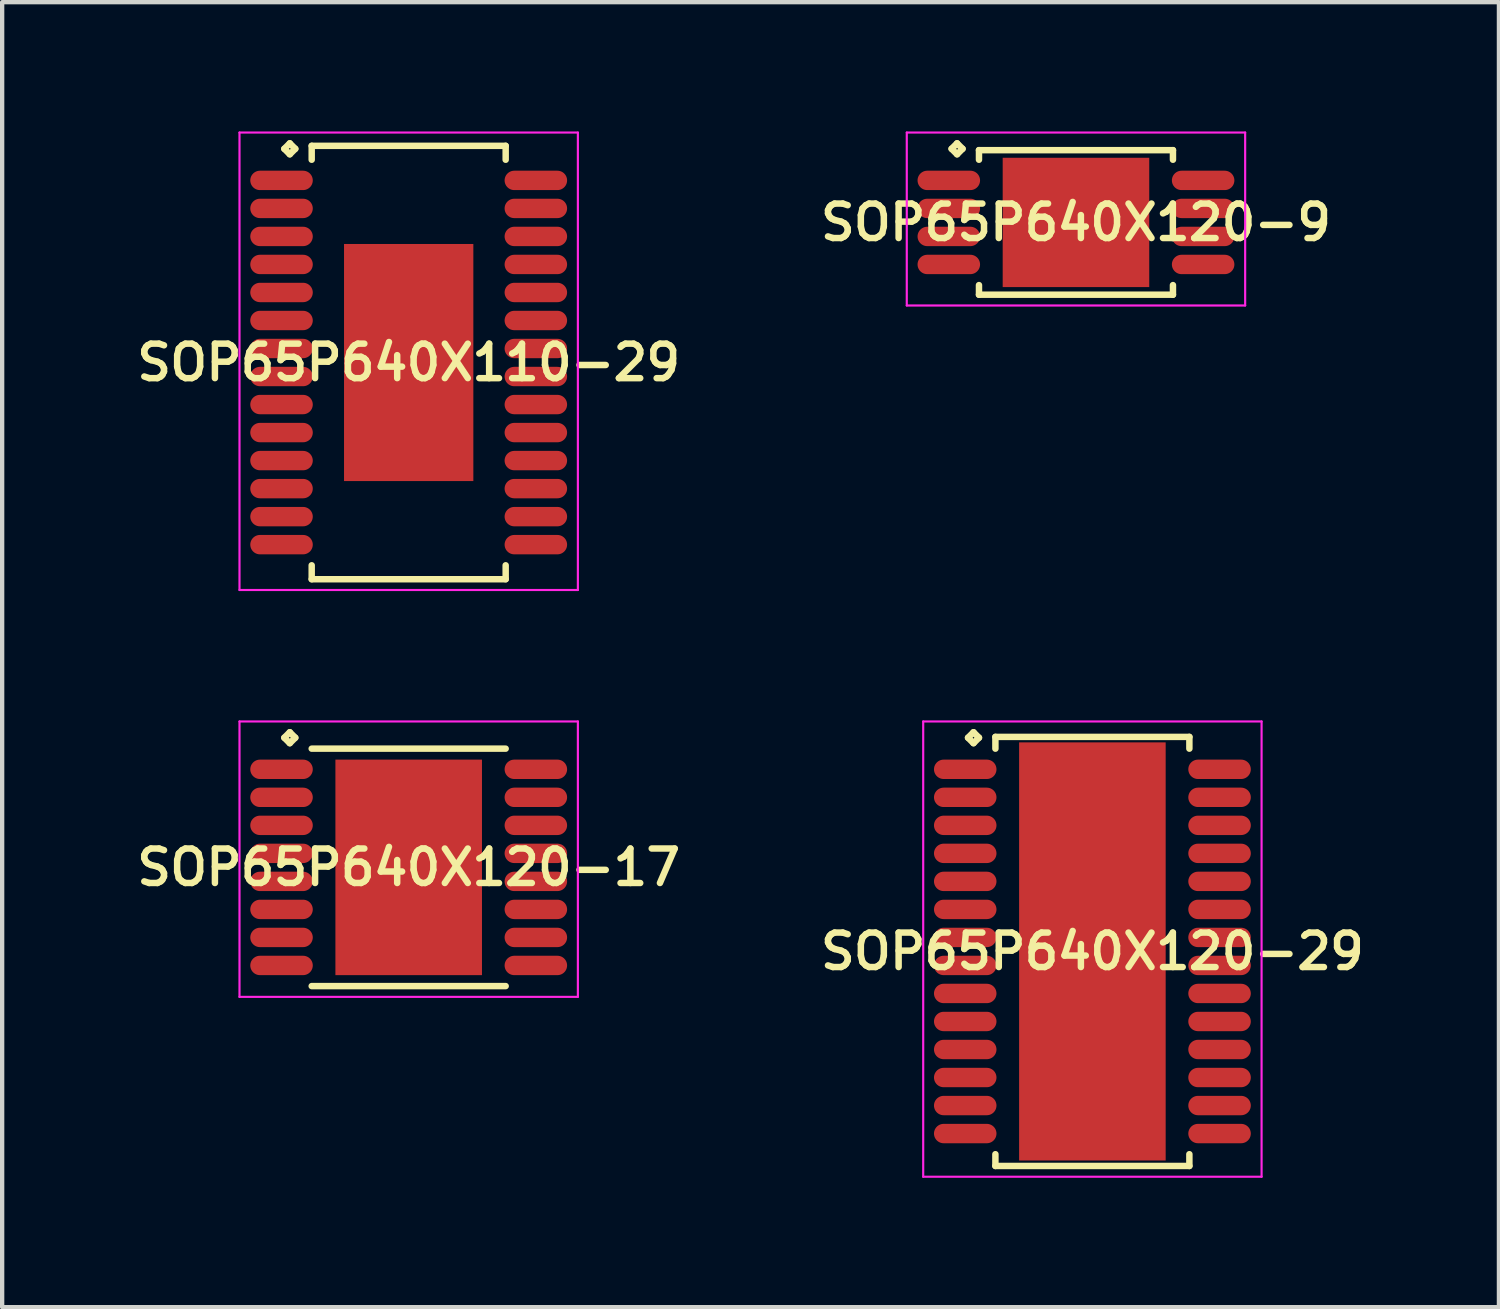
<source format=kicad_pcb>
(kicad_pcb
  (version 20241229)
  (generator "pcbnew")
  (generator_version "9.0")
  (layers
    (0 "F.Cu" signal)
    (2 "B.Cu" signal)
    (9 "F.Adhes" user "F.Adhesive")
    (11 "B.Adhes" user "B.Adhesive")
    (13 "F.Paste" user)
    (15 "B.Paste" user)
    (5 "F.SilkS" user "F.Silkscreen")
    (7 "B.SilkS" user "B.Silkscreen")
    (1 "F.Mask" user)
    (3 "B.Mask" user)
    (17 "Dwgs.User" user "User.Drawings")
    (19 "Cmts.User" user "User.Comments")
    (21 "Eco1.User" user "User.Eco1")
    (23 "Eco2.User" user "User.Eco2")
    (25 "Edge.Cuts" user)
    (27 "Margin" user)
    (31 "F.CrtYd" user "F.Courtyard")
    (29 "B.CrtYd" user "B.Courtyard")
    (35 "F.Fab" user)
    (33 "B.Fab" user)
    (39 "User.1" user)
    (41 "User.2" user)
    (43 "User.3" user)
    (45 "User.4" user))
  (footprint "SOP65P640X120-17"
    (layer "F.Cu")
    (at 6.431 17.072)
    (property "Reference" "SOP65P640X120-17" (at 0 0 0) (layer "F.SilkS") (effects (font (size 0.8 0.8) (thickness 0.15))))
    (attr smd)
    (fp_line (start -2.885 -3.008) (end -2.758 -3.135) (stroke (width 0.15) (type solid)) (layer "F.SilkS"))
    (fp_line (start -2.758 -3.135) (end -2.631 -3.008) (stroke (width 0.15) (type solid)) (layer "F.SilkS"))
    (fp_line (start -2.758 -2.881) (end -2.885 -3.008) (stroke (width 0.15) (type solid)) (layer "F.SilkS"))
    (fp_line (start -2.631 -3.008) (end -2.758 -2.881) (stroke (width 0.15) (type solid)) (layer "F.SilkS"))
    (fp_line (start -2.25 -2.754) (end 2.25 -2.754) (stroke (width 0.15) (type solid)) (layer "F.SilkS"))
    (fp_line (start -2.25 2.754) (end 2.25 2.754) (stroke (width 0.15) (type solid)) (layer "F.SilkS"))
    (fp_line (start -3.925 -3.385) (end 3.925 -3.385) (stroke (width 0.05) (type solid)) (layer "F.CrtYd"))
    (fp_line (start -3.925 3.004) (end -3.925 -3.385) (stroke (width 0.05) (type solid)) (layer "F.CrtYd"))
    (fp_line (start 3.925 -3.385) (end 3.925 3.004) (stroke (width 0.05) (type solid)) (layer "F.CrtYd"))
    (fp_line (start 3.925 3.004) (end -3.925 3.004) (stroke (width 0.05) (type solid)) (layer "F.CrtYd"))
    (pad "1" smd oval (at -2.95 -2.275) (size 1.45 0.45) (layers "F.Cu" "F.Mask" "F.Paste"))
    (pad "2" smd oval (at -2.95 -1.625) (size 1.45 0.45) (layers "F.Cu" "F.Mask" "F.Paste"))
    (pad "3" smd oval (at -2.95 -0.975) (size 1.45 0.45) (layers "F.Cu" "F.Mask" "F.Paste"))
    (pad "4" smd oval (at -2.95 -0.325) (size 1.45 0.45) (layers "F.Cu" "F.Mask" "F.Paste"))
    (pad "5" smd oval (at -2.95 0.325) (size 1.45 0.45) (layers "F.Cu" "F.Mask" "F.Paste"))
    (pad "6" smd oval (at -2.95 0.975) (size 1.45 0.45) (layers "F.Cu" "F.Mask" "F.Paste"))
    (pad "7" smd oval (at -2.95 1.625) (size 1.45 0.45) (layers "F.Cu" "F.Mask" "F.Paste"))
    (pad "8" smd oval (at -2.95 2.275) (size 1.45 0.45) (layers "F.Cu" "F.Mask" "F.Paste"))
    (pad "9" smd oval (at 2.95 2.275) (size 1.45 0.45) (layers "F.Cu" "F.Mask" "F.Paste"))
    (pad "10" smd oval (at 2.95 1.625) (size 1.45 0.45) (layers "F.Cu" "F.Mask" "F.Paste"))
    (pad "11" smd oval (at 2.95 0.975) (size 1.45 0.45) (layers "F.Cu" "F.Mask" "F.Paste"))
    (pad "12" smd oval (at 2.95 0.325) (size 1.45 0.45) (layers "F.Cu" "F.Mask" "F.Paste"))
    (pad "13" smd oval (at 2.95 -0.325) (size 1.45 0.45) (layers "F.Cu" "F.Mask" "F.Paste"))
    (pad "14" smd oval (at 2.95 -0.975) (size 1.45 0.45) (layers "F.Cu" "F.Mask" "F.Paste"))
    (pad "15" smd oval (at 2.95 -1.625) (size 1.45 0.45) (layers "F.Cu" "F.Mask" "F.Paste"))
    (pad "16" smd oval (at 2.95 -2.275) (size 1.45 0.45) (layers "F.Cu" "F.Mask" "F.Paste"))
    (pad "17" smd rect (at 0 0) (size 3.4 5) (layers "F.Cu" "F.Mask" "F.Paste")))
  (footprint "SOP65P640X120-29"
    (layer "F.Cu")
    (at 22.292 19.022)
    (property "Reference" "SOP65P640X120-29" (at 0 0 0) (layer "F.SilkS") (effects (font (size 0.8 0.8) (thickness 0.15))))
    (attr smd)
    (fp_line (start -2.885 -4.958) (end -2.758 -5.085) (stroke (width 0.15) (type solid)) (layer "F.SilkS"))
    (fp_line (start -2.758 -5.085) (end -2.631 -4.958) (stroke (width 0.15) (type solid)) (layer "F.SilkS"))
    (fp_line (start -2.758 -4.831) (end -2.885 -4.958) (stroke (width 0.15) (type solid)) (layer "F.SilkS"))
    (fp_line (start -2.631 -4.958) (end -2.758 -4.831) (stroke (width 0.15) (type solid)) (layer "F.SilkS"))
    (fp_line (start -2.25 -4.977) (end 2.25 -4.977) (stroke (width 0.15) (type solid)) (layer "F.SilkS"))
    (fp_line (start -2.25 -4.704) (end -2.25 -4.977) (stroke (width 0.15) (type solid)) (layer "F.SilkS"))
    (fp_line (start -2.25 4.704) (end -2.25 4.977) (stroke (width 0.15) (type solid)) (layer "F.SilkS"))
    (fp_line (start -2.25 4.977) (end 2.25 4.977) (stroke (width 0.15) (type solid)) (layer "F.SilkS"))
    (fp_line (start 2.25 -4.977) (end 2.25 -4.704) (stroke (width 0.15) (type solid)) (layer "F.SilkS"))
    (fp_line (start 2.25 4.977) (end 2.25 4.704) (stroke (width 0.15) (type solid)) (layer "F.SilkS"))
    (fp_line (start -3.925 -5.335) (end 3.925 -5.335) (stroke (width 0.05) (type solid)) (layer "F.CrtYd"))
    (fp_line (start -3.925 5.227) (end -3.925 -5.335) (stroke (width 0.05) (type solid)) (layer "F.CrtYd"))
    (fp_line (start 3.925 -5.335) (end 3.925 5.227) (stroke (width 0.05) (type solid)) (layer "F.CrtYd"))
    (fp_line (start 3.925 5.227) (end -3.925 5.227) (stroke (width 0.05) (type solid)) (layer "F.CrtYd"))
    (pad "1" smd oval (at -2.95 -4.225) (size 1.45 0.45) (layers "F.Cu" "F.Mask" "F.Paste"))
    (pad "2" smd oval (at -2.95 -3.575) (size 1.45 0.45) (layers "F.Cu" "F.Mask" "F.Paste"))
    (pad "3" smd oval (at -2.95 -2.925) (size 1.45 0.45) (layers "F.Cu" "F.Mask" "F.Paste"))
    (pad "4" smd oval (at -2.95 -2.275) (size 1.45 0.45) (layers "F.Cu" "F.Mask" "F.Paste"))
    (pad "5" smd oval (at -2.95 -1.625) (size 1.45 0.45) (layers "F.Cu" "F.Mask" "F.Paste"))
    (pad "6" smd oval (at -2.95 -0.975) (size 1.45 0.45) (layers "F.Cu" "F.Mask" "F.Paste"))
    (pad "7" smd oval (at -2.95 -0.325) (size 1.45 0.45) (layers "F.Cu" "F.Mask" "F.Paste"))
    (pad "8" smd oval (at -2.95 0.325) (size 1.45 0.45) (layers "F.Cu" "F.Mask" "F.Paste"))
    (pad "9" smd oval (at -2.95 0.975) (size 1.45 0.45) (layers "F.Cu" "F.Mask" "F.Paste"))
    (pad "10" smd oval (at -2.95 1.625) (size 1.45 0.45) (layers "F.Cu" "F.Mask" "F.Paste"))
    (pad "11" smd oval (at -2.95 2.275) (size 1.45 0.45) (layers "F.Cu" "F.Mask" "F.Paste"))
    (pad "12" smd oval (at -2.95 2.925) (size 1.45 0.45) (layers "F.Cu" "F.Mask" "F.Paste"))
    (pad "13" smd oval (at -2.95 3.575) (size 1.45 0.45) (layers "F.Cu" "F.Mask" "F.Paste"))
    (pad "14" smd oval (at -2.95 4.225) (size 1.45 0.45) (layers "F.Cu" "F.Mask" "F.Paste"))
    (pad "15" smd oval (at 2.95 4.225) (size 1.45 0.45) (layers "F.Cu" "F.Mask" "F.Paste"))
    (pad "16" smd oval (at 2.95 3.575) (size 1.45 0.45) (layers "F.Cu" "F.Mask" "F.Paste"))
    (pad "17" smd oval (at 2.95 2.925) (size 1.45 0.45) (layers "F.Cu" "F.Mask" "F.Paste"))
    (pad "18" smd oval (at 2.95 2.275) (size 1.45 0.45) (layers "F.Cu" "F.Mask" "F.Paste"))
    (pad "19" smd oval (at 2.95 1.625) (size 1.45 0.45) (layers "F.Cu" "F.Mask" "F.Paste"))
    (pad "20" smd oval (at 2.95 0.975) (size 1.45 0.45) (layers "F.Cu" "F.Mask" "F.Paste"))
    (pad "21" smd oval (at 2.95 0.325) (size 1.45 0.45) (layers "F.Cu" "F.Mask" "F.Paste"))
    (pad "22" smd oval (at 2.95 -0.325) (size 1.45 0.45) (layers "F.Cu" "F.Mask" "F.Paste"))
    (pad "23" smd oval (at 2.95 -0.975) (size 1.45 0.45) (layers "F.Cu" "F.Mask" "F.Paste"))
    (pad "24" smd oval (at 2.95 -1.625) (size 1.45 0.45) (layers "F.Cu" "F.Mask" "F.Paste"))
    (pad "25" smd oval (at 2.95 -2.275) (size 1.45 0.45) (layers "F.Cu" "F.Mask" "F.Paste"))
    (pad "26" smd oval (at 2.95 -2.925) (size 1.45 0.45) (layers "F.Cu" "F.Mask" "F.Paste"))
    (pad "27" smd oval (at 2.95 -3.575) (size 1.45 0.45) (layers "F.Cu" "F.Mask" "F.Paste"))
    (pad "28" smd oval (at 2.95 -4.225) (size 1.45 0.45) (layers "F.Cu" "F.Mask" "F.Paste"))
    (pad "29" smd rect (at 0 0) (size 3.4 9.7) (layers "F.Cu" "F.Mask" "F.Paste")))
  (footprint "SOP65P640X120-9"
    (layer "F.Cu")
    (at 21.911 2.11)
    (property "Reference" "SOP65P640X120-9" (at 0 0 0) (layer "F.SilkS") (effects (font (size 0.8 0.8) (thickness 0.15))))
    (attr smd)
    (fp_line (start -2.885 -1.708) (end -2.758 -1.835) (stroke (width 0.15) (type solid)) (layer "F.SilkS"))
    (fp_line (start -2.758 -1.835) (end -2.631 -1.708) (stroke (width 0.15) (type solid)) (layer "F.SilkS"))
    (fp_line (start -2.758 -1.581) (end -2.885 -1.708) (stroke (width 0.15) (type solid)) (layer "F.SilkS"))
    (fp_line (start -2.631 -1.708) (end -2.758 -1.581) (stroke (width 0.15) (type solid)) (layer "F.SilkS"))
    (fp_line (start -2.25 -1.677) (end 2.25 -1.677) (stroke (width 0.15) (type solid)) (layer "F.SilkS"))
    (fp_line (start -2.25 -1.454) (end -2.25 -1.677) (stroke (width 0.15) (type solid)) (layer "F.SilkS"))
    (fp_line (start -2.25 1.454) (end -2.25 1.677) (stroke (width 0.15) (type solid)) (layer "F.SilkS"))
    (fp_line (start -2.25 1.677) (end 2.25 1.677) (stroke (width 0.15) (type solid)) (layer "F.SilkS"))
    (fp_line (start 2.25 -1.677) (end 2.25 -1.454) (stroke (width 0.15) (type solid)) (layer "F.SilkS"))
    (fp_line (start 2.25 1.677) (end 2.25 1.454) (stroke (width 0.15) (type solid)) (layer "F.SilkS"))
    (fp_line (start -3.925 -2.085) (end 3.925 -2.085) (stroke (width 0.05) (type solid)) (layer "F.CrtYd"))
    (fp_line (start -3.925 1.927) (end -3.925 -2.085) (stroke (width 0.05) (type solid)) (layer "F.CrtYd"))
    (fp_line (start 3.925 -2.085) (end 3.925 1.927) (stroke (width 0.05) (type solid)) (layer "F.CrtYd"))
    (fp_line (start 3.925 1.927) (end -3.925 1.927) (stroke (width 0.05) (type solid)) (layer "F.CrtYd"))
    (pad "1" smd oval (at -2.95 -0.975) (size 1.45 0.45) (layers "F.Cu" "F.Mask" "F.Paste"))
    (pad "2" smd oval (at -2.95 -0.325) (size 1.45 0.45) (layers "F.Cu" "F.Mask" "F.Paste"))
    (pad "3" smd oval (at -2.95 0.325) (size 1.45 0.45) (layers "F.Cu" "F.Mask" "F.Paste"))
    (pad "4" smd oval (at -2.95 0.975) (size 1.45 0.45) (layers "F.Cu" "F.Mask" "F.Paste"))
    (pad "5" smd oval (at 2.95 0.975) (size 1.45 0.45) (layers "F.Cu" "F.Mask" "F.Paste"))
    (pad "6" smd oval (at 2.95 0.325) (size 1.45 0.45) (layers "F.Cu" "F.Mask" "F.Paste"))
    (pad "7" smd oval (at 2.95 -0.325) (size 1.45 0.45) (layers "F.Cu" "F.Mask" "F.Paste"))
    (pad "8" smd oval (at 2.95 -0.975) (size 1.45 0.45) (layers "F.Cu" "F.Mask" "F.Paste"))
    (pad "9" smd rect (at 0 0) (size 3.4 3) (layers "F.Cu" "F.Mask" "F.Paste")))
  (footprint "SOP65P640X110-29"
    (layer "F.Cu")
    (at 6.431 5.36)
    (property "Reference" "SOP65P640X110-29" (at 0 0 0) (layer "F.SilkS") (effects (font (size 0.8 0.8) (thickness 0.15))))
    (attr smd)
    (fp_line (start -2.885 -4.958) (end -2.758 -5.085) (stroke (width 0.15) (type solid)) (layer "F.SilkS"))
    (fp_line (start -2.758 -5.085) (end -2.631 -4.958) (stroke (width 0.15) (type solid)) (layer "F.SilkS"))
    (fp_line (start -2.758 -4.831) (end -2.885 -4.958) (stroke (width 0.15) (type solid)) (layer "F.SilkS"))
    (fp_line (start -2.631 -4.958) (end -2.758 -4.831) (stroke (width 0.15) (type solid)) (layer "F.SilkS"))
    (fp_line (start -2.25 -5.027) (end 2.25 -5.027) (stroke (width 0.15) (type solid)) (layer "F.SilkS"))
    (fp_line (start -2.25 -4.704) (end -2.25 -5.027) (stroke (width 0.15) (type solid)) (layer "F.SilkS"))
    (fp_line (start -2.25 4.704) (end -2.25 5.027) (stroke (width 0.15) (type solid)) (layer "F.SilkS"))
    (fp_line (start -2.25 5.027) (end 2.25 5.027) (stroke (width 0.15) (type solid)) (layer "F.SilkS"))
    (fp_line (start 2.25 -5.027) (end 2.25 -4.704) (stroke (width 0.15) (type solid)) (layer "F.SilkS"))
    (fp_line (start 2.25 5.027) (end 2.25 4.704) (stroke (width 0.15) (type solid)) (layer "F.SilkS"))
    (fp_line (start -3.925 -5.335) (end 3.925 -5.335) (stroke (width 0.05) (type solid)) (layer "F.CrtYd"))
    (fp_line (start -3.925 5.277) (end -3.925 -5.335) (stroke (width 0.05) (type solid)) (layer "F.CrtYd"))
    (fp_line (start 3.925 -5.335) (end 3.925 5.277) (stroke (width 0.05) (type solid)) (layer "F.CrtYd"))
    (fp_line (start 3.925 5.277) (end -3.925 5.277) (stroke (width 0.05) (type solid)) (layer "F.CrtYd"))
    (pad "1" smd oval (at -2.95 -4.225) (size 1.45 0.45) (layers "F.Cu" "F.Mask" "F.Paste"))
    (pad "2" smd oval (at -2.95 -3.575) (size 1.45 0.45) (layers "F.Cu" "F.Mask" "F.Paste"))
    (pad "3" smd oval (at -2.95 -2.925) (size 1.45 0.45) (layers "F.Cu" "F.Mask" "F.Paste"))
    (pad "4" smd oval (at -2.95 -2.275) (size 1.45 0.45) (layers "F.Cu" "F.Mask" "F.Paste"))
    (pad "5" smd oval (at -2.95 -1.625) (size 1.45 0.45) (layers "F.Cu" "F.Mask" "F.Paste"))
    (pad "6" smd oval (at -2.95 -0.975) (size 1.45 0.45) (layers "F.Cu" "F.Mask" "F.Paste"))
    (pad "7" smd oval (at -2.95 -0.325) (size 1.45 0.45) (layers "F.Cu" "F.Mask" "F.Paste"))
    (pad "8" smd oval (at -2.95 0.325) (size 1.45 0.45) (layers "F.Cu" "F.Mask" "F.Paste"))
    (pad "9" smd oval (at -2.95 0.975) (size 1.45 0.45) (layers "F.Cu" "F.Mask" "F.Paste"))
    (pad "10" smd oval (at -2.95 1.625) (size 1.45 0.45) (layers "F.Cu" "F.Mask" "F.Paste"))
    (pad "11" smd oval (at -2.95 2.275) (size 1.45 0.45) (layers "F.Cu" "F.Mask" "F.Paste"))
    (pad "12" smd oval (at -2.95 2.925) (size 1.45 0.45) (layers "F.Cu" "F.Mask" "F.Paste"))
    (pad "13" smd oval (at -2.95 3.575) (size 1.45 0.45) (layers "F.Cu" "F.Mask" "F.Paste"))
    (pad "14" smd oval (at -2.95 4.225) (size 1.45 0.45) (layers "F.Cu" "F.Mask" "F.Paste"))
    (pad "15" smd oval (at 2.95 4.225) (size 1.45 0.45) (layers "F.Cu" "F.Mask" "F.Paste"))
    (pad "16" smd oval (at 2.95 3.575) (size 1.45 0.45) (layers "F.Cu" "F.Mask" "F.Paste"))
    (pad "17" smd oval (at 2.95 2.925) (size 1.45 0.45) (layers "F.Cu" "F.Mask" "F.Paste"))
    (pad "18" smd oval (at 2.95 2.275) (size 1.45 0.45) (layers "F.Cu" "F.Mask" "F.Paste"))
    (pad "19" smd oval (at 2.95 1.625) (size 1.45 0.45) (layers "F.Cu" "F.Mask" "F.Paste"))
    (pad "20" smd oval (at 2.95 0.975) (size 1.45 0.45) (layers "F.Cu" "F.Mask" "F.Paste"))
    (pad "21" smd oval (at 2.95 0.325) (size 1.45 0.45) (layers "F.Cu" "F.Mask" "F.Paste"))
    (pad "22" smd oval (at 2.95 -0.325) (size 1.45 0.45) (layers "F.Cu" "F.Mask" "F.Paste"))
    (pad "23" smd oval (at 2.95 -0.975) (size 1.45 0.45) (layers "F.Cu" "F.Mask" "F.Paste"))
    (pad "24" smd oval (at 2.95 -1.625) (size 1.45 0.45) (layers "F.Cu" "F.Mask" "F.Paste"))
    (pad "25" smd oval (at 2.95 -2.275) (size 1.45 0.45) (layers "F.Cu" "F.Mask" "F.Paste"))
    (pad "26" smd oval (at 2.95 -2.925) (size 1.45 0.45) (layers "F.Cu" "F.Mask" "F.Paste"))
    (pad "27" smd oval (at 2.95 -3.575) (size 1.45 0.45) (layers "F.Cu" "F.Mask" "F.Paste"))
    (pad "28" smd oval (at 2.95 -4.225) (size 1.45 0.45) (layers "F.Cu" "F.Mask" "F.Paste"))
    (pad "29" smd rect (at 0 0) (size 3 5.5) (layers "F.Cu" "F.Mask" "F.Paste")))
  (gr_rect
    (start -3 -3)
    (end 31.723 27.274)
    (stroke (width 0.1) (type default))
    (fill no)
    (layer "Edge.Cuts")))
</source>
